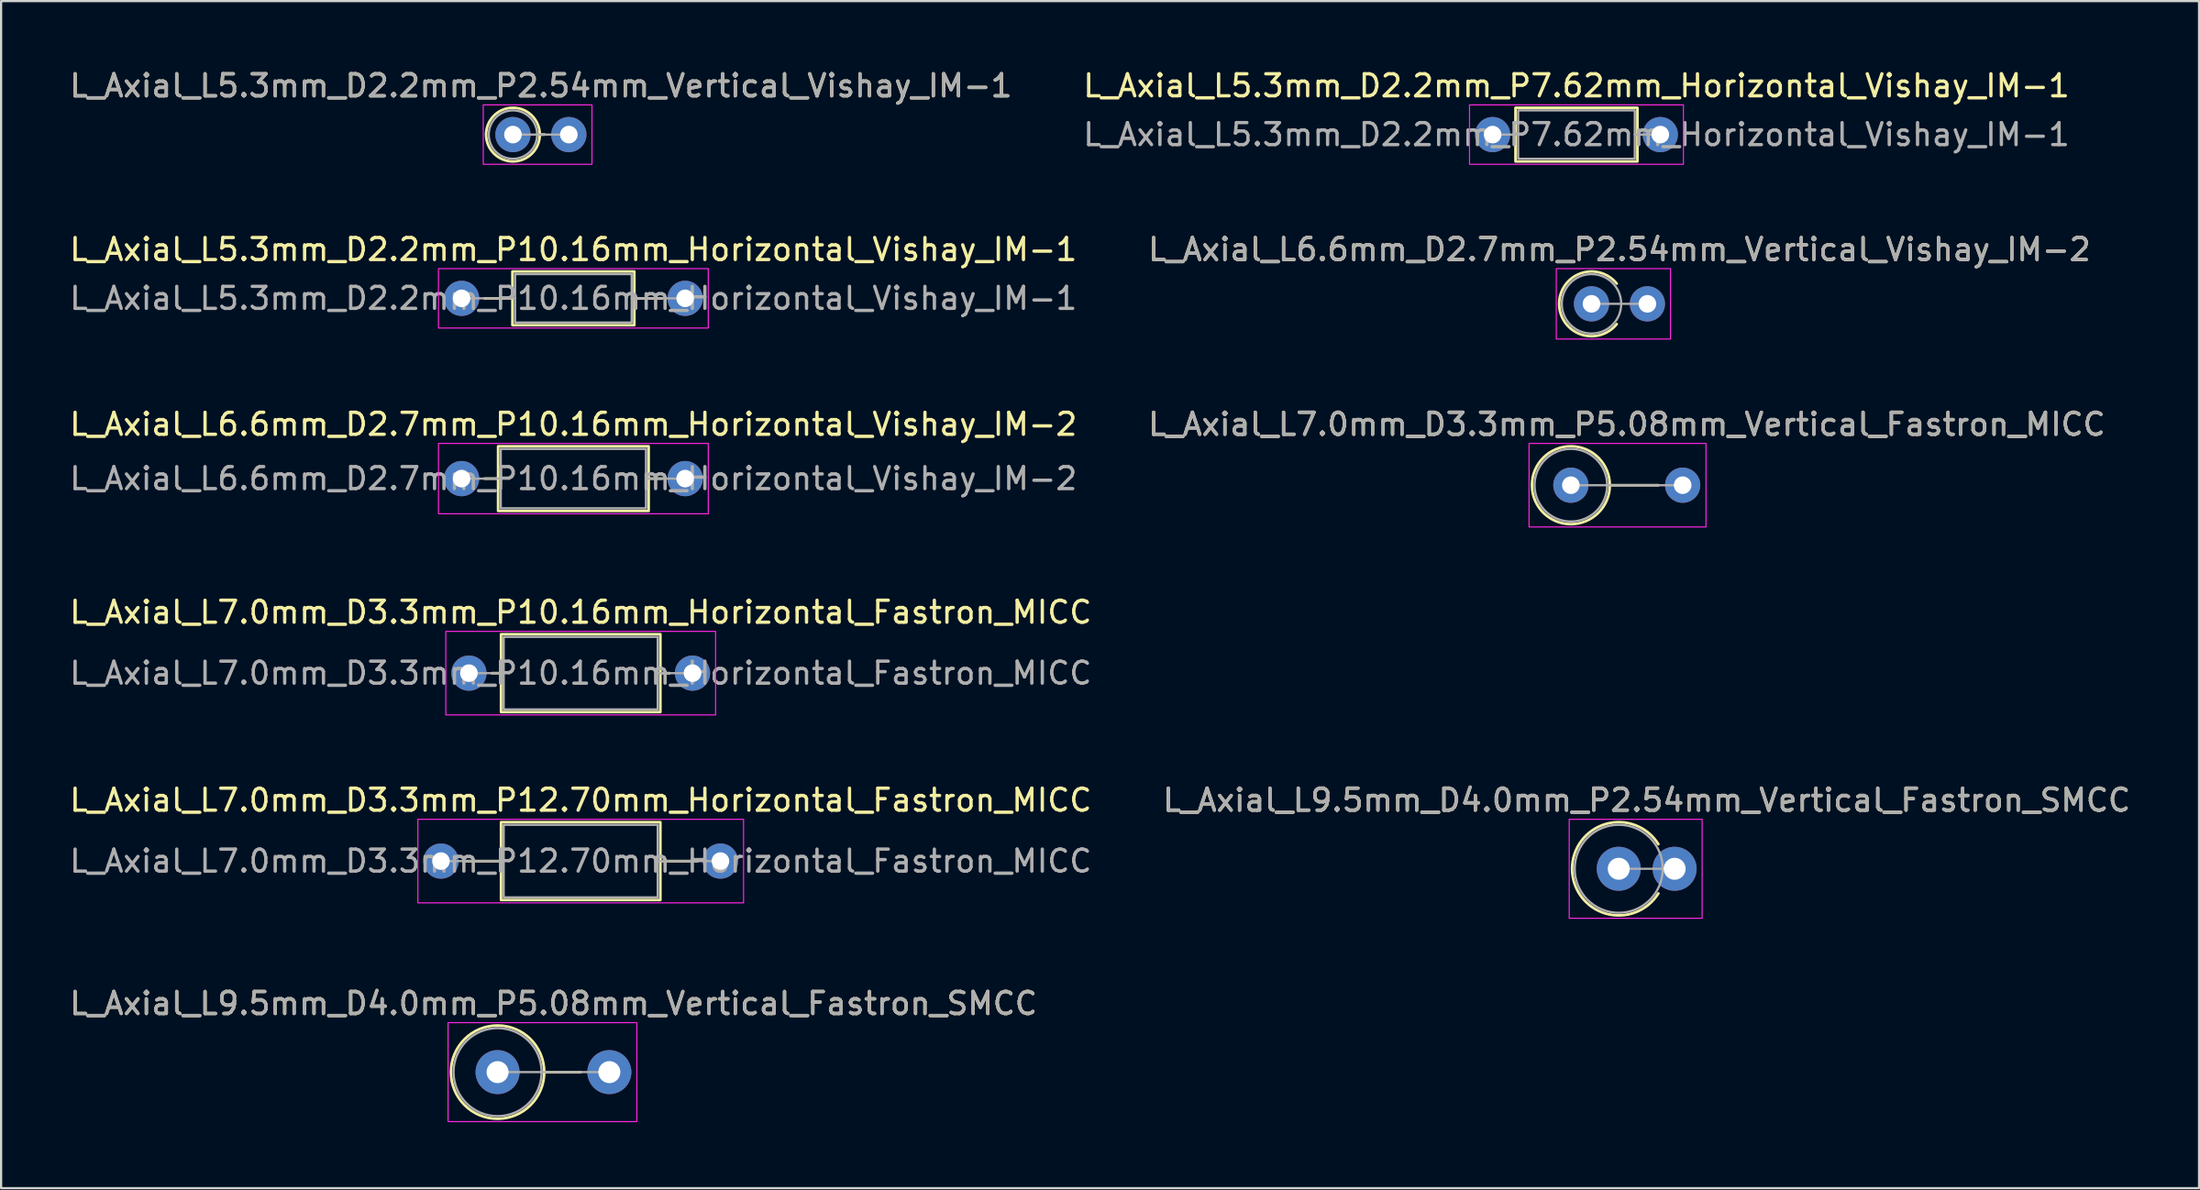
<source format=kicad_pcb>
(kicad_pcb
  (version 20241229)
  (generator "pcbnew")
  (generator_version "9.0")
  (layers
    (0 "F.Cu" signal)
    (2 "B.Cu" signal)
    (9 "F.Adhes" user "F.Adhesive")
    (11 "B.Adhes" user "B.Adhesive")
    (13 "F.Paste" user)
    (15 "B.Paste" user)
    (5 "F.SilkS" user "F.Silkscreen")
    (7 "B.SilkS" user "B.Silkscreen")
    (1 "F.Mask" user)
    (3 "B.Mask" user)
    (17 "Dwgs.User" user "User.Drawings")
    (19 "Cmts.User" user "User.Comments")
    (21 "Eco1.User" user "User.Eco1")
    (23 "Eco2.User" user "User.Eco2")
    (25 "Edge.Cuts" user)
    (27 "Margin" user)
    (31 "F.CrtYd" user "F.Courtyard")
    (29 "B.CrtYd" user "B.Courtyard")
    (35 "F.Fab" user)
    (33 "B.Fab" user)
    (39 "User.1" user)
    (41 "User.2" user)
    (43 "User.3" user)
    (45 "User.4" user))
  (footprint "L_Axial_L5.3mm_D2.2mm_P10.16mm_Horizontal_Vishay_IM-1"
    (layer "F.Cu")
    (at 17.926 10.511)
    (property "Reference" "L_Axial_L5.3mm_D2.2mm_P10.16mm_Horizontal_Vishay_IM-1" (at 5.08 -2.22 0) (layer "F.SilkS") (effects (font (size 1 1) (thickness 0.15))))
    (attr through_hole)
    (fp_line (start 1.04 0) (end 2.31 0) (stroke (width 0.12) (type solid)) (layer "F.SilkS"))
    (fp_line (start 9.12 0) (end 7.85 0) (stroke (width 0.12) (type solid)) (layer "F.SilkS"))
    (fp_rect (start 2.31 -1.22) (end 7.85 1.22) (stroke (width 0.12) (type solid)) (fill no) (layer "F.SilkS"))
    (fp_rect (start -1.05 -1.35) (end 11.21 1.35) (stroke (width 0.05) (type solid)) (fill no) (layer "F.CrtYd"))
    (fp_line (start 0 0) (end 2.43 0) (stroke (width 0.1) (type solid)) (layer "F.Fab"))
    (fp_line (start 10.16 0) (end 7.73 0) (stroke (width 0.1) (type solid)) (layer "F.Fab"))
    (fp_rect (start 2.43 -1.1) (end 7.73 1.1) (stroke (width 0.1) (type solid)) (fill no) (layer "F.Fab"))
    (fp_text user "${REFERENCE}" (at 5.08 0 0) (layer "F.Fab") (effects (font (size 1 1) (thickness 0.15))))
    (pad "1" thru_hole circle (at 0 0) (size 1.6 1.6) (drill 0.8) (layers "*.Cu" "*.Mask"))
    (pad "2" thru_hole circle (at 10.16 0) (size 1.6 1.6) (drill 0.8) (layers "*.Cu" "*.Mask")))
  (footprint "L_Axial_L9.5mm_D4.0mm_P5.08mm_Vertical_Fastron_SMCC"
    (layer "F.Cu")
    (at 19.561 45.684)
    (property "Reference" "L_Axial_L9.5mm_D4.0mm_P5.08mm_Vertical_Fastron_SMCC" (at 2.54 -3.12 0) (layer "F.SilkS") (effects (font (size 1 1) (thickness 0.15))))
    (attr through_hole)
    (fp_line (start 2.12 0) (end 3.78 0) (stroke (width 0.12) (type solid)) (layer "F.SilkS"))
    (fp_circle (center 0 0) (end 2.12 0) (stroke (width 0.12) (type solid)) (fill no) (layer "F.SilkS"))
    (fp_rect (start -2.25 -2.25) (end 6.33 2.25) (stroke (width 0.05) (type solid)) (fill no) (layer "F.CrtYd"))
    (fp_line (start 0 0) (end 5.08 0) (stroke (width 0.1) (type solid)) (layer "F.Fab"))
    (fp_circle (center 0 0) (end 2 0) (stroke (width 0.1) (type solid)) (fill no) (layer "F.Fab"))
    (fp_text user "${REFERENCE}" (at 2.54 -3.12 0) (layer "F.Fab") (effects (font (size 1 1) (thickness 0.15))))
    (pad "1" thru_hole circle (at 0 0) (size 2 2) (drill 1) (layers "*.Cu" "*.Mask"))
    (pad "2" thru_hole circle (at 5.08 0) (size 2 2) (drill 1) (layers "*.Cu" "*.Mask")))
  (footprint "L_Axial_L9.5mm_D4.0mm_P2.54mm_Vertical_Fastron_SMCC"
    (layer "F.Cu")
    (at 70.51 36.441)
    (property "Reference" "L_Axial_L9.5mm_D4.0mm_P2.54mm_Vertical_Fastron_SMCC" (at 1.27 -3.12 0) (layer "F.SilkS") (effects (font (size 1 1) (thickness 0.15))))
    (attr through_hole)
    (fp_arc (start 1.8 1.12) (mid -2.12 0) (end 1.8 -1.12) (stroke (width 0.12) (type solid)) (layer "F.SilkS"))
    (fp_rect (start -2.25 -2.25) (end 3.79 2.25) (stroke (width 0.05) (type solid)) (fill no) (layer "F.CrtYd"))
    (fp_line (start 0 0) (end 2.54 0) (stroke (width 0.1) (type solid)) (layer "F.Fab"))
    (fp_circle (center 0 0) (end 2 0) (stroke (width 0.1) (type solid)) (fill no) (layer "F.Fab"))
    (fp_text user "${REFERENCE}" (at 1.27 -3.12 0) (layer "F.Fab") (effects (font (size 1 1) (thickness 0.15))))
    (pad "1" thru_hole circle (at 0 0) (size 2 2) (drill 1) (layers "*.Cu" "*.Mask"))
    (pad "2" thru_hole circle (at 2.54 0) (size 2 2) (drill 1) (layers "*.Cu" "*.Mask")))
  (footprint "L_Axial_L7.0mm_D3.3mm_P10.16mm_Horizontal_Fastron_MICC"
    (layer "F.Cu")
    (at 18.259 27.548)
    (property "Reference" "L_Axial_L7.0mm_D3.3mm_P10.16mm_Horizontal_Fastron_MICC" (at 5.08 -2.77 0) (layer "F.SilkS") (effects (font (size 1 1) (thickness 0.15))))
    (attr through_hole)
    (fp_line (start 1.04 0) (end 1.46 0) (stroke (width 0.12) (type solid)) (layer "F.SilkS"))
    (fp_line (start 9.12 0) (end 8.7 0) (stroke (width 0.12) (type solid)) (layer "F.SilkS"))
    (fp_rect (start 1.46 -1.77) (end 8.7 1.77) (stroke (width 0.12) (type solid)) (fill no) (layer "F.SilkS"))
    (fp_rect (start -1.05 -1.9) (end 11.21 1.9) (stroke (width 0.05) (type solid)) (fill no) (layer "F.CrtYd"))
    (fp_line (start 0 0) (end 1.58 0) (stroke (width 0.1) (type solid)) (layer "F.Fab"))
    (fp_line (start 10.16 0) (end 8.58 0) (stroke (width 0.1) (type solid)) (layer "F.Fab"))
    (fp_rect (start 1.58 -1.65) (end 8.58 1.65) (stroke (width 0.1) (type solid)) (fill no) (layer "F.Fab"))
    (fp_text user "${REFERENCE}" (at 5.08 0 0) (layer "F.Fab") (effects (font (size 1 1) (thickness 0.15))))
    (pad "1" thru_hole circle (at 0 0) (size 1.6 1.6) (drill 0.8) (layers "*.Cu" "*.Mask"))
    (pad "2" thru_hole circle (at 10.16 0) (size 1.6 1.6) (drill 0.8) (layers "*.Cu" "*.Mask")))
  (footprint "L_Axial_L5.3mm_D2.2mm_P2.54mm_Vertical_Vishay_IM-1"
    (layer "F.Cu")
    (at 20.26 3.068)
    (property "Reference" "L_Axial_L5.3mm_D2.2mm_P2.54mm_Vertical_Vishay_IM-1" (at 1.27 -2.22 0) (layer "F.SilkS") (effects (font (size 1 1) (thickness 0.15))))
    (attr through_hole)
    (fp_line (start 1.22 0) (end 1.44 0) (stroke (width 0.12) (type solid)) (layer "F.SilkS"))
    (fp_circle (center 0 0) (end 1.22 0) (stroke (width 0.12) (type solid)) (fill no) (layer "F.SilkS"))
    (fp_rect (start -1.35 -1.35) (end 3.59 1.35) (stroke (width 0.05) (type solid)) (fill no) (layer "F.CrtYd"))
    (fp_line (start 0 0) (end 2.54 0) (stroke (width 0.1) (type solid)) (layer "F.Fab"))
    (fp_circle (center 0 0) (end 1.1 0) (stroke (width 0.1) (type solid)) (fill no) (layer "F.Fab"))
    (fp_text user "${REFERENCE}" (at 1.27 -2.22 0) (layer "F.Fab") (effects (font (size 1 1) (thickness 0.15))))
    (pad "1" thru_hole circle (at 0 0) (size 1.6 1.6) (drill 0.8) (layers "*.Cu" "*.Mask"))
    (pad "2" thru_hole circle (at 2.54 0) (size 1.6 1.6) (drill 0.8) (layers "*.Cu" "*.Mask")))
  (footprint "L_Axial_L6.6mm_D2.7mm_P10.16mm_Horizontal_Vishay_IM-2"
    (layer "F.Cu")
    (at 17.926 18.705)
    (property "Reference" "L_Axial_L6.6mm_D2.7mm_P10.16mm_Horizontal_Vishay_IM-2" (at 5.08 -2.47 0) (layer "F.SilkS") (effects (font (size 1 1) (thickness 0.15))))
    (attr through_hole)
    (fp_line (start 1.04 0) (end 1.66 0) (stroke (width 0.12) (type solid)) (layer "F.SilkS"))
    (fp_line (start 9.12 0) (end 8.5 0) (stroke (width 0.12) (type solid)) (layer "F.SilkS"))
    (fp_rect (start 1.66 -1.47) (end 8.5 1.47) (stroke (width 0.12) (type solid)) (fill no) (layer "F.SilkS"))
    (fp_rect (start -1.05 -1.6) (end 11.21 1.6) (stroke (width 0.05) (type solid)) (fill no) (layer "F.CrtYd"))
    (fp_line (start 0 0) (end 1.78 0) (stroke (width 0.1) (type solid)) (layer "F.Fab"))
    (fp_line (start 10.16 0) (end 8.38 0) (stroke (width 0.1) (type solid)) (layer "F.Fab"))
    (fp_rect (start 1.78 -1.35) (end 8.38 1.35) (stroke (width 0.1) (type solid)) (fill no) (layer "F.Fab"))
    (fp_text user "${REFERENCE}" (at 5.08 0 0) (layer "F.Fab") (effects (font (size 1 1) (thickness 0.15))))
    (pad "1" thru_hole circle (at 0 0) (size 1.6 1.6) (drill 0.8) (layers "*.Cu" "*.Mask"))
    (pad "2" thru_hole circle (at 10.16 0) (size 1.6 1.6) (drill 0.8) (layers "*.Cu" "*.Mask")))
  (footprint "L_Axial_L6.6mm_D2.7mm_P2.54mm_Vertical_Vishay_IM-2"
    (layer "F.Cu")
    (at 69.272 10.761)
    (property "Reference" "L_Axial_L6.6mm_D2.7mm_P2.54mm_Vertical_Vishay_IM-2" (at 1.27 -2.47 0) (layer "F.SilkS") (effects (font (size 1 1) (thickness 0.15))))
    (attr through_hole)
    (fp_arc (start 1.146516 0.92) (mid -1.47 0) (end 1.146516 -0.92) (stroke (width 0.12) (type solid)) (layer "F.SilkS"))
    (fp_rect (start -1.6 -1.6) (end 3.59 1.6) (stroke (width 0.05) (type solid)) (fill no) (layer "F.CrtYd"))
    (fp_line (start 0 0) (end 2.54 0) (stroke (width 0.1) (type solid)) (layer "F.Fab"))
    (fp_circle (center 0 0) (end 1.35 0) (stroke (width 0.1) (type solid)) (fill no) (layer "F.Fab"))
    (fp_text user "${REFERENCE}" (at 1.27 -2.47 0) (layer "F.Fab") (effects (font (size 1 1) (thickness 0.15))))
    (pad "1" thru_hole circle (at 0 0) (size 1.6 1.6) (drill 0.8) (layers "*.Cu" "*.Mask"))
    (pad "2" thru_hole circle (at 2.54 0) (size 1.6 1.6) (drill 0.8) (layers "*.Cu" "*.Mask")))
  (footprint "L_Axial_L5.3mm_D2.2mm_P7.62mm_Horizontal_Vishay_IM-1"
    (layer "F.Cu")
    (at 64.779 3.068)
    (property "Reference" "L_Axial_L5.3mm_D2.2mm_P7.62mm_Horizontal_Vishay_IM-1" (at 3.81 -2.22 0) (layer "F.SilkS") (effects (font (size 1 1) (thickness 0.15))))
    (attr through_hole)
    (fp_rect (start 1.04 -1.22) (end 6.58 1.22) (stroke (width 0.12) (type solid)) (fill no) (layer "F.SilkS"))
    (fp_rect (start -1.05 -1.35) (end 8.67 1.35) (stroke (width 0.05) (type solid)) (fill no) (layer "F.CrtYd"))
    (fp_line (start 0 0) (end 1.16 0) (stroke (width 0.1) (type solid)) (layer "F.Fab"))
    (fp_line (start 7.62 0) (end 6.46 0) (stroke (width 0.1) (type solid)) (layer "F.Fab"))
    (fp_rect (start 1.16 -1.1) (end 6.46 1.1) (stroke (width 0.1) (type solid)) (fill no) (layer "F.Fab"))
    (fp_text user "${REFERENCE}" (at 3.81 0 0) (layer "F.Fab") (effects (font (size 1 1) (thickness 0.15))))
    (pad "1" thru_hole circle (at 0 0) (size 1.6 1.6) (drill 0.8) (layers "*.Cu" "*.Mask"))
    (pad "2" thru_hole circle (at 7.62 0) (size 1.6 1.6) (drill 0.8) (layers "*.Cu" "*.Mask")))
  (footprint "L_Axial_L7.0mm_D3.3mm_P12.70mm_Horizontal_Fastron_MICC"
    (layer "F.Cu")
    (at 16.989 36.091)
    (property "Reference" "L_Axial_L7.0mm_D3.3mm_P12.70mm_Horizontal_Fastron_MICC" (at 6.35 -2.77 0) (layer "F.SilkS") (effects (font (size 1 1) (thickness 0.15))))
    (attr through_hole)
    (fp_line (start 1.04 0) (end 2.73 0) (stroke (width 0.12) (type solid)) (layer "F.SilkS"))
    (fp_line (start 11.66 0) (end 9.97 0) (stroke (width 0.12) (type solid)) (layer "F.SilkS"))
    (fp_rect (start 2.73 -1.77) (end 9.97 1.77) (stroke (width 0.12) (type solid)) (fill no) (layer "F.SilkS"))
    (fp_rect (start -1.05 -1.9) (end 13.75 1.9) (stroke (width 0.05) (type solid)) (fill no) (layer "F.CrtYd"))
    (fp_line (start 0 0) (end 2.85 0) (stroke (width 0.1) (type solid)) (layer "F.Fab"))
    (fp_line (start 12.7 0) (end 9.85 0) (stroke (width 0.1) (type solid)) (layer "F.Fab"))
    (fp_rect (start 2.85 -1.65) (end 9.85 1.65) (stroke (width 0.1) (type solid)) (fill no) (layer "F.Fab"))
    (fp_text user "${REFERENCE}" (at 6.35 0 0) (layer "F.Fab") (effects (font (size 1 1) (thickness 0.15))))
    (pad "1" thru_hole circle (at 0 0) (size 1.6 1.6) (drill 0.8) (layers "*.Cu" "*.Mask"))
    (pad "2" thru_hole circle (at 12.7 0) (size 1.6 1.6) (drill 0.8) (layers "*.Cu" "*.Mask")))
  (footprint "L_Axial_L7.0mm_D3.3mm_P5.08mm_Vertical_Fastron_MICC"
    (layer "F.Cu")
    (at 68.335 19.005)
    (property "Reference" "L_Axial_L7.0mm_D3.3mm_P5.08mm_Vertical_Fastron_MICC" (at 2.54 -2.77 0) (layer "F.SilkS") (effects (font (size 1 1) (thickness 0.15))))
    (attr through_hole)
    (fp_line (start 1.77 0) (end 3.98 0) (stroke (width 0.12) (type solid)) (layer "F.SilkS"))
    (fp_circle (center 0 0) (end 1.77 0) (stroke (width 0.12) (type solid)) (fill no) (layer "F.SilkS"))
    (fp_rect (start -1.9 -1.9) (end 6.14 1.9) (stroke (width 0.05) (type solid)) (fill no) (layer "F.CrtYd"))
    (fp_line (start 0 0) (end 5.08 0) (stroke (width 0.1) (type solid)) (layer "F.Fab"))
    (fp_circle (center 0 0) (end 1.65 0) (stroke (width 0.1) (type solid)) (fill no) (layer "F.Fab"))
    (fp_text user "${REFERENCE}" (at 2.54 -2.77 0) (layer "F.Fab") (effects (font (size 1 1) (thickness 0.15))))
    (pad "1" thru_hole circle (at 0 0) (size 1.6 1.6) (drill 0.8) (layers "*.Cu" "*.Mask"))
    (pad "2" thru_hole circle (at 5.08 0) (size 1.6 1.6) (drill 0.8) (layers "*.Cu" "*.Mask")))
  (gr_rect
    (start -3 -3)
    (end 96.881 50.959)
    (stroke (width 0.1) (type default))
    (fill no)
    (layer "Edge.Cuts")))
</source>
